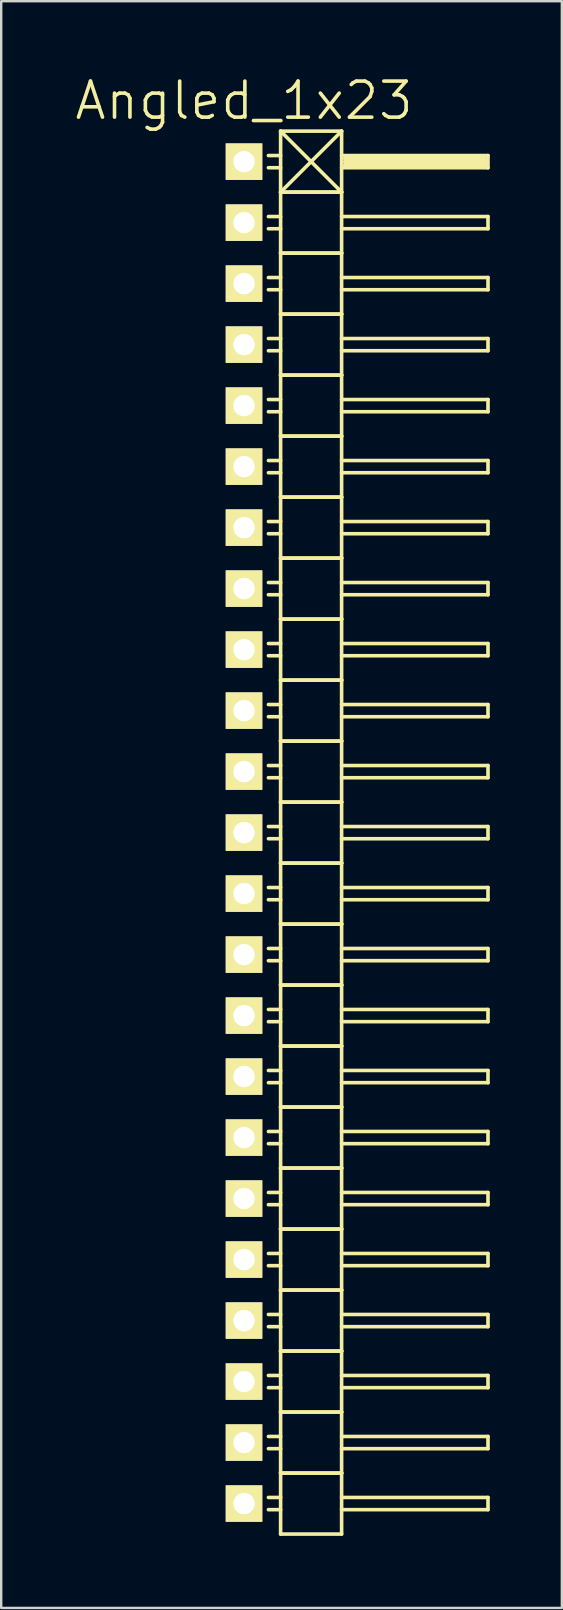
<source format=kicad_pcb>
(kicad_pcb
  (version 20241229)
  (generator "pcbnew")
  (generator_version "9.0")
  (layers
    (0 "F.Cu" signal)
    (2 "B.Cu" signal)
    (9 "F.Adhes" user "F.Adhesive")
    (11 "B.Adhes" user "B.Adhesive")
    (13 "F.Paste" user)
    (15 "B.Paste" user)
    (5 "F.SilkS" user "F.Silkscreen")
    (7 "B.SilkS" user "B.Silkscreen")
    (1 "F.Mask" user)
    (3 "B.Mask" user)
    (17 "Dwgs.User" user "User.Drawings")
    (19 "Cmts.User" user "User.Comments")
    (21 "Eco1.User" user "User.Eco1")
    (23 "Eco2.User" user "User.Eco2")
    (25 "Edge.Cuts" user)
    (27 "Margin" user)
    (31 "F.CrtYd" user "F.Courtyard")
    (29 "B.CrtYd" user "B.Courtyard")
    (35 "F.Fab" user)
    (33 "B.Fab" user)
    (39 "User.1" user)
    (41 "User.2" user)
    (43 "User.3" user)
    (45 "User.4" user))
  (footprint "Angled_1x23"
    (layer "F.Cu")
    (at 7.111 31.621)
    (property "Reference" "Angled_1x23" (at 0 -30.48 0) (layer "F.SilkS") (effects (font (size 1.5 1.5) (thickness 0.15))))
    (attr through_hole)
    (fp_line (start 1.524 -29.21) (end 1.524 -26.67) (stroke (width 0.15) (type solid)) (layer "F.SilkS"))
    (fp_line (start 1.524 -29.21) (end 4.064 -29.21) (stroke (width 0.15) (type solid)) (layer "F.SilkS"))
    (fp_line (start 1.524 -28.194) (end 1.016 -28.194) (stroke (width 0.15) (type solid)) (layer "F.SilkS"))
    (fp_line (start 1.524 -27.686) (end 1.016 -27.686) (stroke (width 0.15) (type solid)) (layer "F.SilkS"))
    (fp_line (start 1.524 -26.67) (end 1.524 -24.13) (stroke (width 0.15) (type solid)) (layer "F.SilkS"))
    (fp_line (start 1.524 -26.67) (end 4.064 -26.67) (stroke (width 0.15) (type solid)) (layer "F.SilkS"))
    (fp_line (start 1.524 -26.67) (end 4.064 -26.67) (stroke (width 0.15) (type solid)) (layer "F.SilkS"))
    (fp_line (start 1.524 -25.654) (end 1.016 -25.654) (stroke (width 0.15) (type solid)) (layer "F.SilkS"))
    (fp_line (start 1.524 -25.146) (end 1.016 -25.146) (stroke (width 0.15) (type solid)) (layer "F.SilkS"))
    (fp_line (start 1.524 -24.13) (end 1.524 -21.59) (stroke (width 0.15) (type solid)) (layer "F.SilkS"))
    (fp_line (start 1.524 -24.13) (end 4.064 -24.13) (stroke (width 0.15) (type solid)) (layer "F.SilkS"))
    (fp_line (start 1.524 -24.13) (end 4.064 -24.13) (stroke (width 0.15) (type solid)) (layer "F.SilkS"))
    (fp_line (start 1.524 -23.114) (end 1.016 -23.114) (stroke (width 0.15) (type solid)) (layer "F.SilkS"))
    (fp_line (start 1.524 -22.606) (end 1.016 -22.606) (stroke (width 0.15) (type solid)) (layer "F.SilkS"))
    (fp_line (start 1.524 -21.59) (end 1.524 -19.05) (stroke (width 0.15) (type solid)) (layer "F.SilkS"))
    (fp_line (start 1.524 -21.59) (end 4.064 -21.59) (stroke (width 0.15) (type solid)) (layer "F.SilkS"))
    (fp_line (start 1.524 -21.59) (end 4.064 -21.59) (stroke (width 0.15) (type solid)) (layer "F.SilkS"))
    (fp_line (start 1.524 -20.574) (end 1.016 -20.574) (stroke (width 0.15) (type solid)) (layer "F.SilkS"))
    (fp_line (start 1.524 -20.066) (end 1.016 -20.066) (stroke (width 0.15) (type solid)) (layer "F.SilkS"))
    (fp_line (start 1.524 -19.05) (end 1.524 -16.51) (stroke (width 0.15) (type solid)) (layer "F.SilkS"))
    (fp_line (start 1.524 -19.05) (end 4.064 -19.05) (stroke (width 0.15) (type solid)) (layer "F.SilkS"))
    (fp_line (start 1.524 -19.05) (end 4.064 -19.05) (stroke (width 0.15) (type solid)) (layer "F.SilkS"))
    (fp_line (start 1.524 -18.034) (end 1.016 -18.034) (stroke (width 0.15) (type solid)) (layer "F.SilkS"))
    (fp_line (start 1.524 -17.526) (end 1.016 -17.526) (stroke (width 0.15) (type solid)) (layer "F.SilkS"))
    (fp_line (start 1.524 -16.51) (end 1.524 -13.97) (stroke (width 0.15) (type solid)) (layer "F.SilkS"))
    (fp_line (start 1.524 -16.51) (end 4.064 -16.51) (stroke (width 0.15) (type solid)) (layer "F.SilkS"))
    (fp_line (start 1.524 -16.51) (end 4.064 -16.51) (stroke (width 0.15) (type solid)) (layer "F.SilkS"))
    (fp_line (start 1.524 -15.494) (end 1.016 -15.494) (stroke (width 0.15) (type solid)) (layer "F.SilkS"))
    (fp_line (start 1.524 -14.986) (end 1.016 -14.986) (stroke (width 0.15) (type solid)) (layer "F.SilkS"))
    (fp_line (start 1.524 -13.97) (end 1.524 -11.43) (stroke (width 0.15) (type solid)) (layer "F.SilkS"))
    (fp_line (start 1.524 -13.97) (end 4.064 -13.97) (stroke (width 0.15) (type solid)) (layer "F.SilkS"))
    (fp_line (start 1.524 -13.97) (end 4.064 -13.97) (stroke (width 0.15) (type solid)) (layer "F.SilkS"))
    (fp_line (start 1.524 -12.954) (end 1.016 -12.954) (stroke (width 0.15) (type solid)) (layer "F.SilkS"))
    (fp_line (start 1.524 -12.446) (end 1.016 -12.446) (stroke (width 0.15) (type solid)) (layer "F.SilkS"))
    (fp_line (start 1.524 -11.43) (end 1.524 -8.89) (stroke (width 0.15) (type solid)) (layer "F.SilkS"))
    (fp_line (start 1.524 -11.43) (end 4.064 -11.43) (stroke (width 0.15) (type solid)) (layer "F.SilkS"))
    (fp_line (start 1.524 -11.43) (end 4.064 -11.43) (stroke (width 0.15) (type solid)) (layer "F.SilkS"))
    (fp_line (start 1.524 -10.414) (end 1.016 -10.414) (stroke (width 0.15) (type solid)) (layer "F.SilkS"))
    (fp_line (start 1.524 -9.906) (end 1.016 -9.906) (stroke (width 0.15) (type solid)) (layer "F.SilkS"))
    (fp_line (start 1.524 -8.89) (end 1.524 -6.35) (stroke (width 0.15) (type solid)) (layer "F.SilkS"))
    (fp_line (start 1.524 -8.89) (end 4.064 -8.89) (stroke (width 0.15) (type solid)) (layer "F.SilkS"))
    (fp_line (start 1.524 -8.89) (end 4.064 -8.89) (stroke (width 0.15) (type solid)) (layer "F.SilkS"))
    (fp_line (start 1.524 -7.874) (end 1.016 -7.874) (stroke (width 0.15) (type solid)) (layer "F.SilkS"))
    (fp_line (start 1.524 -7.366) (end 1.016 -7.366) (stroke (width 0.15) (type solid)) (layer "F.SilkS"))
    (fp_line (start 1.524 -6.35) (end 1.524 -3.81) (stroke (width 0.15) (type solid)) (layer "F.SilkS"))
    (fp_line (start 1.524 -6.35) (end 4.064 -6.35) (stroke (width 0.15) (type solid)) (layer "F.SilkS"))
    (fp_line (start 1.524 -6.35) (end 4.064 -6.35) (stroke (width 0.15) (type solid)) (layer "F.SilkS"))
    (fp_line (start 1.524 -5.334) (end 1.016 -5.334) (stroke (width 0.15) (type solid)) (layer "F.SilkS"))
    (fp_line (start 1.524 -4.826) (end 1.016 -4.826) (stroke (width 0.15) (type solid)) (layer "F.SilkS"))
    (fp_line (start 1.524 -3.81) (end 1.524 -1.27) (stroke (width 0.15) (type solid)) (layer "F.SilkS"))
    (fp_line (start 1.524 -3.81) (end 4.064 -3.81) (stroke (width 0.15) (type solid)) (layer "F.SilkS"))
    (fp_line (start 1.524 -3.81) (end 4.064 -3.81) (stroke (width 0.15) (type solid)) (layer "F.SilkS"))
    (fp_line (start 1.524 -2.794) (end 1.016 -2.794) (stroke (width 0.15) (type solid)) (layer "F.SilkS"))
    (fp_line (start 1.524 -2.286) (end 1.016 -2.286) (stroke (width 0.15) (type solid)) (layer "F.SilkS"))
    (fp_line (start 1.524 -1.27) (end 1.524 1.27) (stroke (width 0.15) (type solid)) (layer "F.SilkS"))
    (fp_line (start 1.524 -1.27) (end 4.064 -1.27) (stroke (width 0.15) (type solid)) (layer "F.SilkS"))
    (fp_line (start 1.524 -1.27) (end 4.064 -1.27) (stroke (width 0.15) (type solid)) (layer "F.SilkS"))
    (fp_line (start 1.524 -0.254) (end 1.016 -0.254) (stroke (width 0.15) (type solid)) (layer "F.SilkS"))
    (fp_line (start 1.524 0.254) (end 1.016 0.254) (stroke (width 0.15) (type solid)) (layer "F.SilkS"))
    (fp_line (start 1.524 1.27) (end 1.524 3.81) (stroke (width 0.15) (type solid)) (layer "F.SilkS"))
    (fp_line (start 1.524 1.27) (end 4.064 1.27) (stroke (width 0.15) (type solid)) (layer "F.SilkS"))
    (fp_line (start 1.524 1.27) (end 4.064 1.27) (stroke (width 0.15) (type solid)) (layer "F.SilkS"))
    (fp_line (start 1.524 2.286) (end 1.016 2.286) (stroke (width 0.15) (type solid)) (layer "F.SilkS"))
    (fp_line (start 1.524 2.794) (end 1.016 2.794) (stroke (width 0.15) (type solid)) (layer "F.SilkS"))
    (fp_line (start 1.524 3.81) (end 1.524 6.35) (stroke (width 0.15) (type solid)) (layer "F.SilkS"))
    (fp_line (start 1.524 3.81) (end 4.064 3.81) (stroke (width 0.15) (type solid)) (layer "F.SilkS"))
    (fp_line (start 1.524 3.81) (end 4.064 3.81) (stroke (width 0.15) (type solid)) (layer "F.SilkS"))
    (fp_line (start 1.524 4.826) (end 1.016 4.826) (stroke (width 0.15) (type solid)) (layer "F.SilkS"))
    (fp_line (start 1.524 5.334) (end 1.016 5.334) (stroke (width 0.15) (type solid)) (layer "F.SilkS"))
    (fp_line (start 1.524 6.35) (end 1.524 8.89) (stroke (width 0.15) (type solid)) (layer "F.SilkS"))
    (fp_line (start 1.524 6.35) (end 4.064 6.35) (stroke (width 0.15) (type solid)) (layer "F.SilkS"))
    (fp_line (start 1.524 6.35) (end 4.064 6.35) (stroke (width 0.15) (type solid)) (layer "F.SilkS"))
    (fp_line (start 1.524 7.366) (end 1.016 7.366) (stroke (width 0.15) (type solid)) (layer "F.SilkS"))
    (fp_line (start 1.524 7.874) (end 1.016 7.874) (stroke (width 0.15) (type solid)) (layer "F.SilkS"))
    (fp_line (start 1.524 8.89) (end 1.524 11.43) (stroke (width 0.15) (type solid)) (layer "F.SilkS"))
    (fp_line (start 1.524 8.89) (end 4.064 8.89) (stroke (width 0.15) (type solid)) (layer "F.SilkS"))
    (fp_line (start 1.524 8.89) (end 4.064 8.89) (stroke (width 0.15) (type solid)) (layer "F.SilkS"))
    (fp_line (start 1.524 9.906) (end 1.016 9.906) (stroke (width 0.15) (type solid)) (layer "F.SilkS"))
    (fp_line (start 1.524 10.414) (end 1.016 10.414) (stroke (width 0.15) (type solid)) (layer "F.SilkS"))
    (fp_line (start 1.524 11.43) (end 1.524 13.97) (stroke (width 0.15) (type solid)) (layer "F.SilkS"))
    (fp_line (start 1.524 11.43) (end 4.064 11.43) (stroke (width 0.15) (type solid)) (layer "F.SilkS"))
    (fp_line (start 1.524 11.43) (end 4.064 11.43) (stroke (width 0.15) (type solid)) (layer "F.SilkS"))
    (fp_line (start 1.524 12.446) (end 1.016 12.446) (stroke (width 0.15) (type solid)) (layer "F.SilkS"))
    (fp_line (start 1.524 12.954) (end 1.016 12.954) (stroke (width 0.15) (type solid)) (layer "F.SilkS"))
    (fp_line (start 1.524 13.97) (end 1.524 16.51) (stroke (width 0.15) (type solid)) (layer "F.SilkS"))
    (fp_line (start 1.524 13.97) (end 4.064 13.97) (stroke (width 0.15) (type solid)) (layer "F.SilkS"))
    (fp_line (start 1.524 13.97) (end 4.064 13.97) (stroke (width 0.15) (type solid)) (layer "F.SilkS"))
    (fp_line (start 1.524 14.986) (end 1.016 14.986) (stroke (width 0.15) (type solid)) (layer "F.SilkS"))
    (fp_line (start 1.524 15.494) (end 1.016 15.494) (stroke (width 0.15) (type solid)) (layer "F.SilkS"))
    (fp_line (start 1.524 16.51) (end 1.524 19.05) (stroke (width 0.15) (type solid)) (layer "F.SilkS"))
    (fp_line (start 1.524 16.51) (end 4.064 16.51) (stroke (width 0.15) (type solid)) (layer "F.SilkS"))
    (fp_line (start 1.524 16.51) (end 4.064 16.51) (stroke (width 0.15) (type solid)) (layer "F.SilkS"))
    (fp_line (start 1.524 17.526) (end 1.016 17.526) (stroke (width 0.15) (type solid)) (layer "F.SilkS"))
    (fp_line (start 1.524 18.034) (end 1.016 18.034) (stroke (width 0.15) (type solid)) (layer "F.SilkS"))
    (fp_line (start 1.524 19.05) (end 1.524 21.59) (stroke (width 0.15) (type solid)) (layer "F.SilkS"))
    (fp_line (start 1.524 19.05) (end 4.064 19.05) (stroke (width 0.15) (type solid)) (layer "F.SilkS"))
    (fp_line (start 1.524 19.05) (end 4.064 19.05) (stroke (width 0.15) (type solid)) (layer "F.SilkS"))
    (fp_line (start 1.524 20.066) (end 1.016 20.066) (stroke (width 0.15) (type solid)) (layer "F.SilkS"))
    (fp_line (start 1.524 20.574) (end 1.016 20.574) (stroke (width 0.15) (type solid)) (layer "F.SilkS"))
    (fp_line (start 1.524 21.59) (end 1.524 24.13) (stroke (width 0.15) (type solid)) (layer "F.SilkS"))
    (fp_line (start 1.524 21.59) (end 4.064 21.59) (stroke (width 0.15) (type solid)) (layer "F.SilkS"))
    (fp_line (start 1.524 21.59) (end 4.064 21.59) (stroke (width 0.15) (type solid)) (layer "F.SilkS"))
    (fp_line (start 1.524 22.606) (end 1.016 22.606) (stroke (width 0.15) (type solid)) (layer "F.SilkS"))
    (fp_line (start 1.524 23.114) (end 1.016 23.114) (stroke (width 0.15) (type solid)) (layer "F.SilkS"))
    (fp_line (start 1.524 24.13) (end 1.524 26.67) (stroke (width 0.15) (type solid)) (layer "F.SilkS"))
    (fp_line (start 1.524 24.13) (end 4.064 24.13) (stroke (width 0.15) (type solid)) (layer "F.SilkS"))
    (fp_line (start 1.524 24.13) (end 4.064 24.13) (stroke (width 0.15) (type solid)) (layer "F.SilkS"))
    (fp_line (start 1.524 25.146) (end 1.016 25.146) (stroke (width 0.15) (type solid)) (layer "F.SilkS"))
    (fp_line (start 1.524 25.654) (end 1.016 25.654) (stroke (width 0.15) (type solid)) (layer "F.SilkS"))
    (fp_line (start 1.524 26.67) (end 1.524 29.21) (stroke (width 0.15) (type solid)) (layer "F.SilkS"))
    (fp_line (start 1.524 26.67) (end 4.064 26.67) (stroke (width 0.15) (type solid)) (layer "F.SilkS"))
    (fp_line (start 1.524 26.67) (end 4.064 26.67) (stroke (width 0.15) (type solid)) (layer "F.SilkS"))
    (fp_line (start 1.524 27.686) (end 1.016 27.686) (stroke (width 0.15) (type solid)) (layer "F.SilkS"))
    (fp_line (start 1.524 28.194) (end 1.016 28.194) (stroke (width 0.15) (type solid)) (layer "F.SilkS"))
    (fp_line (start 1.524 29.21) (end 4.064 29.21) (stroke (width 0.15) (type solid)) (layer "F.SilkS"))
    (fp_line (start 4.064 -29.21) (end 1.524 -26.67) (stroke (width 0.15) (type solid)) (layer "F.SilkS"))
    (fp_line (start 4.064 -28.194) (end 10.16 -28.194) (stroke (width 0.15) (type solid)) (layer "F.SilkS"))
    (fp_line (start 4.064 -26.67) (end 1.524 -29.21) (stroke (width 0.15) (type solid)) (layer "F.SilkS"))
    (fp_line (start 4.064 -26.67) (end 4.064 -29.21) (stroke (width 0.15) (type solid)) (layer "F.SilkS"))
    (fp_line (start 4.064 -25.654) (end 10.16 -25.654) (stroke (width 0.15) (type solid)) (layer "F.SilkS"))
    (fp_line (start 4.064 -24.13) (end 4.064 -26.67) (stroke (width 0.15) (type solid)) (layer "F.SilkS"))
    (fp_line (start 4.064 -23.114) (end 10.16 -23.114) (stroke (width 0.15) (type solid)) (layer "F.SilkS"))
    (fp_line (start 4.064 -21.59) (end 4.064 -24.13) (stroke (width 0.15) (type solid)) (layer "F.SilkS"))
    (fp_line (start 4.064 -20.574) (end 10.16 -20.574) (stroke (width 0.15) (type solid)) (layer "F.SilkS"))
    (fp_line (start 4.064 -19.05) (end 4.064 -21.59) (stroke (width 0.15) (type solid)) (layer "F.SilkS"))
    (fp_line (start 4.064 -18.034) (end 10.16 -18.034) (stroke (width 0.15) (type solid)) (layer "F.SilkS"))
    (fp_line (start 4.064 -16.51) (end 4.064 -19.05) (stroke (width 0.15) (type solid)) (layer "F.SilkS"))
    (fp_line (start 4.064 -15.494) (end 10.16 -15.494) (stroke (width 0.15) (type solid)) (layer "F.SilkS"))
    (fp_line (start 4.064 -13.97) (end 4.064 -16.51) (stroke (width 0.15) (type solid)) (layer "F.SilkS"))
    (fp_line (start 4.064 -12.954) (end 10.16 -12.954) (stroke (width 0.15) (type solid)) (layer "F.SilkS"))
    (fp_line (start 4.064 -11.43) (end 4.064 -13.97) (stroke (width 0.15) (type solid)) (layer "F.SilkS"))
    (fp_line (start 4.064 -10.414) (end 10.16 -10.414) (stroke (width 0.15) (type solid)) (layer "F.SilkS"))
    (fp_line (start 4.064 -8.89) (end 4.064 -11.43) (stroke (width 0.15) (type solid)) (layer "F.SilkS"))
    (fp_line (start 4.064 -7.874) (end 10.16 -7.874) (stroke (width 0.15) (type solid)) (layer "F.SilkS"))
    (fp_line (start 4.064 -6.35) (end 4.064 -8.89) (stroke (width 0.15) (type solid)) (layer "F.SilkS"))
    (fp_line (start 4.064 -5.334) (end 10.16 -5.334) (stroke (width 0.15) (type solid)) (layer "F.SilkS"))
    (fp_line (start 4.064 -3.81) (end 4.064 -6.35) (stroke (width 0.15) (type solid)) (layer "F.SilkS"))
    (fp_line (start 4.064 -2.794) (end 10.16 -2.794) (stroke (width 0.15) (type solid)) (layer "F.SilkS"))
    (fp_line (start 4.064 -1.27) (end 4.064 -3.81) (stroke (width 0.15) (type solid)) (layer "F.SilkS"))
    (fp_line (start 4.064 -0.254) (end 10.16 -0.254) (stroke (width 0.15) (type solid)) (layer "F.SilkS"))
    (fp_line (start 4.064 1.27) (end 4.064 -1.27) (stroke (width 0.15) (type solid)) (layer "F.SilkS"))
    (fp_line (start 4.064 2.286) (end 10.16 2.286) (stroke (width 0.15) (type solid)) (layer "F.SilkS"))
    (fp_line (start 4.064 3.81) (end 4.064 1.27) (stroke (width 0.15) (type solid)) (layer "F.SilkS"))
    (fp_line (start 4.064 4.826) (end 10.16 4.826) (stroke (width 0.15) (type solid)) (layer "F.SilkS"))
    (fp_line (start 4.064 6.35) (end 4.064 3.81) (stroke (width 0.15) (type solid)) (layer "F.SilkS"))
    (fp_line (start 4.064 7.366) (end 10.16 7.366) (stroke (width 0.15) (type solid)) (layer "F.SilkS"))
    (fp_line (start 4.064 8.89) (end 4.064 6.35) (stroke (width 0.15) (type solid)) (layer "F.SilkS"))
    (fp_line (start 4.064 9.906) (end 10.16 9.906) (stroke (width 0.15) (type solid)) (layer "F.SilkS"))
    (fp_line (start 4.064 11.43) (end 4.064 8.89) (stroke (width 0.15) (type solid)) (layer "F.SilkS"))
    (fp_line (start 4.064 12.446) (end 10.16 12.446) (stroke (width 0.15) (type solid)) (layer "F.SilkS"))
    (fp_line (start 4.064 13.97) (end 4.064 11.43) (stroke (width 0.15) (type solid)) (layer "F.SilkS"))
    (fp_line (start 4.064 14.986) (end 10.16 14.986) (stroke (width 0.15) (type solid)) (layer "F.SilkS"))
    (fp_line (start 4.064 16.51) (end 4.064 13.97) (stroke (width 0.15) (type solid)) (layer "F.SilkS"))
    (fp_line (start 4.064 17.526) (end 10.16 17.526) (stroke (width 0.15) (type solid)) (layer "F.SilkS"))
    (fp_line (start 4.064 19.05) (end 4.064 16.51) (stroke (width 0.15) (type solid)) (layer "F.SilkS"))
    (fp_line (start 4.064 20.066) (end 10.16 20.066) (stroke (width 0.15) (type solid)) (layer "F.SilkS"))
    (fp_line (start 4.064 21.59) (end 4.064 19.05) (stroke (width 0.15) (type solid)) (layer "F.SilkS"))
    (fp_line (start 4.064 22.606) (end 10.16 22.606) (stroke (width 0.15) (type solid)) (layer "F.SilkS"))
    (fp_line (start 4.064 24.13) (end 4.064 21.59) (stroke (width 0.15) (type solid)) (layer "F.SilkS"))
    (fp_line (start 4.064 25.146) (end 10.16 25.146) (stroke (width 0.15) (type solid)) (layer "F.SilkS"))
    (fp_line (start 4.064 26.67) (end 4.064 24.13) (stroke (width 0.15) (type solid)) (layer "F.SilkS"))
    (fp_line (start 4.064 27.686) (end 10.16 27.686) (stroke (width 0.15) (type solid)) (layer "F.SilkS"))
    (fp_line (start 4.064 29.21) (end 4.064 26.67) (stroke (width 0.15) (type solid)) (layer "F.SilkS"))
    (fp_line (start 4.191 -28.067) (end 10.033 -28.067) (stroke (width 0.15) (type solid)) (layer "F.SilkS"))
    (fp_line (start 4.191 -27.94) (end 10.033 -27.94) (stroke (width 0.15) (type solid)) (layer "F.SilkS"))
    (fp_line (start 10.033 -28.067) (end 10.033 -27.813) (stroke (width 0.15) (type solid)) (layer "F.SilkS"))
    (fp_line (start 10.033 -27.813) (end 4.191 -27.813) (stroke (width 0.15) (type solid)) (layer "F.SilkS"))
    (fp_line (start 10.16 -28.194) (end 10.16 -27.686) (stroke (width 0.15) (type solid)) (layer "F.SilkS"))
    (fp_line (start 10.16 -27.686) (end 4.064 -27.686) (stroke (width 0.15) (type solid)) (layer "F.SilkS"))
    (fp_line (start 10.16 -25.654) (end 10.16 -25.146) (stroke (width 0.15) (type solid)) (layer "F.SilkS"))
    (fp_line (start 10.16 -25.146) (end 4.064 -25.146) (stroke (width 0.15) (type solid)) (layer "F.SilkS"))
    (fp_line (start 10.16 -23.114) (end 10.16 -22.606) (stroke (width 0.15) (type solid)) (layer "F.SilkS"))
    (fp_line (start 10.16 -22.606) (end 4.064 -22.606) (stroke (width 0.15) (type solid)) (layer "F.SilkS"))
    (fp_line (start 10.16 -20.574) (end 10.16 -20.066) (stroke (width 0.15) (type solid)) (layer "F.SilkS"))
    (fp_line (start 10.16 -20.066) (end 4.064 -20.066) (stroke (width 0.15) (type solid)) (layer "F.SilkS"))
    (fp_line (start 10.16 -18.034) (end 10.16 -17.526) (stroke (width 0.15) (type solid)) (layer "F.SilkS"))
    (fp_line (start 10.16 -17.526) (end 4.064 -17.526) (stroke (width 0.15) (type solid)) (layer "F.SilkS"))
    (fp_line (start 10.16 -15.494) (end 10.16 -14.986) (stroke (width 0.15) (type solid)) (layer "F.SilkS"))
    (fp_line (start 10.16 -14.986) (end 4.064 -14.986) (stroke (width 0.15) (type solid)) (layer "F.SilkS"))
    (fp_line (start 10.16 -12.954) (end 10.16 -12.446) (stroke (width 0.15) (type solid)) (layer "F.SilkS"))
    (fp_line (start 10.16 -12.446) (end 4.064 -12.446) (stroke (width 0.15) (type solid)) (layer "F.SilkS"))
    (fp_line (start 10.16 -10.414) (end 10.16 -9.906) (stroke (width 0.15) (type solid)) (layer "F.SilkS"))
    (fp_line (start 10.16 -9.906) (end 4.064 -9.906) (stroke (width 0.15) (type solid)) (layer "F.SilkS"))
    (fp_line (start 10.16 -7.874) (end 10.16 -7.366) (stroke (width 0.15) (type solid)) (layer "F.SilkS"))
    (fp_line (start 10.16 -7.366) (end 4.064 -7.366) (stroke (width 0.15) (type solid)) (layer "F.SilkS"))
    (fp_line (start 10.16 -5.334) (end 10.16 -4.826) (stroke (width 0.15) (type solid)) (layer "F.SilkS"))
    (fp_line (start 10.16 -4.826) (end 4.064 -4.826) (stroke (width 0.15) (type solid)) (layer "F.SilkS"))
    (fp_line (start 10.16 -2.794) (end 10.16 -2.286) (stroke (width 0.15) (type solid)) (layer "F.SilkS"))
    (fp_line (start 10.16 -2.286) (end 4.064 -2.286) (stroke (width 0.15) (type solid)) (layer "F.SilkS"))
    (fp_line (start 10.16 -0.254) (end 10.16 0.254) (stroke (width 0.15) (type solid)) (layer "F.SilkS"))
    (fp_line (start 10.16 0.254) (end 4.064 0.254) (stroke (width 0.15) (type solid)) (layer "F.SilkS"))
    (fp_line (start 10.16 2.286) (end 10.16 2.794) (stroke (width 0.15) (type solid)) (layer "F.SilkS"))
    (fp_line (start 10.16 2.794) (end 4.064 2.794) (stroke (width 0.15) (type solid)) (layer "F.SilkS"))
    (fp_line (start 10.16 4.826) (end 10.16 5.334) (stroke (width 0.15) (type solid)) (layer "F.SilkS"))
    (fp_line (start 10.16 5.334) (end 4.064 5.334) (stroke (width 0.15) (type solid)) (layer "F.SilkS"))
    (fp_line (start 10.16 7.366) (end 10.16 7.874) (stroke (width 0.15) (type solid)) (layer "F.SilkS"))
    (fp_line (start 10.16 7.874) (end 4.064 7.874) (stroke (width 0.15) (type solid)) (layer "F.SilkS"))
    (fp_line (start 10.16 9.906) (end 10.16 10.414) (stroke (width 0.15) (type solid)) (layer "F.SilkS"))
    (fp_line (start 10.16 10.414) (end 4.064 10.414) (stroke (width 0.15) (type solid)) (layer "F.SilkS"))
    (fp_line (start 10.16 12.446) (end 10.16 12.954) (stroke (width 0.15) (type solid)) (layer "F.SilkS"))
    (fp_line (start 10.16 12.954) (end 4.064 12.954) (stroke (width 0.15) (type solid)) (layer "F.SilkS"))
    (fp_line (start 10.16 14.986) (end 10.16 15.494) (stroke (width 0.15) (type solid)) (layer "F.SilkS"))
    (fp_line (start 10.16 15.494) (end 4.064 15.494) (stroke (width 0.15) (type solid)) (layer "F.SilkS"))
    (fp_line (start 10.16 17.526) (end 10.16 18.034) (stroke (width 0.15) (type solid)) (layer "F.SilkS"))
    (fp_line (start 10.16 18.034) (end 4.064 18.034) (stroke (width 0.15) (type solid)) (layer "F.SilkS"))
    (fp_line (start 10.16 20.066) (end 10.16 20.574) (stroke (width 0.15) (type solid)) (layer "F.SilkS"))
    (fp_line (start 10.16 20.574) (end 4.064 20.574) (stroke (width 0.15) (type solid)) (layer "F.SilkS"))
    (fp_line (start 10.16 22.606) (end 10.16 23.114) (stroke (width 0.15) (type solid)) (layer "F.SilkS"))
    (fp_line (start 10.16 23.114) (end 4.064 23.114) (stroke (width 0.15) (type solid)) (layer "F.SilkS"))
    (fp_line (start 10.16 25.146) (end 10.16 25.654) (stroke (width 0.15) (type solid)) (layer "F.SilkS"))
    (fp_line (start 10.16 25.654) (end 4.064 25.654) (stroke (width 0.15) (type solid)) (layer "F.SilkS"))
    (fp_line (start 10.16 27.686) (end 10.16 28.194) (stroke (width 0.15) (type solid)) (layer "F.SilkS"))
    (fp_line (start 10.16 28.194) (end 4.064 28.194) (stroke (width 0.15) (type solid)) (layer "F.SilkS"))
    (pad "1" thru_hole rect (at 0 -27.94) (size 1.524 1.524) (drill 0.889) (layers "*.Cu" "*.Mask" "F.SilkS"))
    (pad "2" thru_hole rect (at 0 -25.4) (size 1.524 1.524) (drill 0.889) (layers "*.Cu" "*.Mask" "F.SilkS"))
    (pad "3" thru_hole rect (at 0 -22.86) (size 1.524 1.524) (drill 0.889) (layers "*.Cu" "*.Mask" "F.SilkS"))
    (pad "4" thru_hole rect (at 0 -20.32) (size 1.524 1.524) (drill 0.889) (layers "*.Cu" "*.Mask" "F.SilkS"))
    (pad "5" thru_hole rect (at 0 -17.78) (size 1.524 1.524) (drill 0.889) (layers "*.Cu" "*.Mask" "F.SilkS"))
    (pad "6" thru_hole rect (at 0 -15.24) (size 1.524 1.524) (drill 0.889) (layers "*.Cu" "*.Mask" "F.SilkS"))
    (pad "7" thru_hole rect (at 0 -12.7) (size 1.524 1.524) (drill 0.889) (layers "*.Cu" "*.Mask" "F.SilkS"))
    (pad "8" thru_hole rect (at 0 -10.16) (size 1.524 1.524) (drill 0.889) (layers "*.Cu" "*.Mask" "F.SilkS"))
    (pad "9" thru_hole rect (at 0 -7.62) (size 1.524 1.524) (drill 0.889) (layers "*.Cu" "*.Mask" "F.SilkS"))
    (pad "10" thru_hole rect (at 0 -5.08) (size 1.524 1.524) (drill 0.889) (layers "*.Cu" "*.Mask" "F.SilkS"))
    (pad "11" thru_hole rect (at 0 -2.54) (size 1.524 1.524) (drill 0.889) (layers "*.Cu" "*.Mask" "F.SilkS"))
    (pad "12" thru_hole rect (at 0 0) (size 1.524 1.524) (drill 0.889) (layers "*.Cu" "*.Mask" "F.SilkS"))
    (pad "13" thru_hole rect (at 0 2.54) (size 1.524 1.524) (drill 0.889) (layers "*.Cu" "*.Mask" "F.SilkS"))
    (pad "14" thru_hole rect (at 0 5.08) (size 1.524 1.524) (drill 0.889) (layers "*.Cu" "*.Mask" "F.SilkS"))
    (pad "15" thru_hole rect (at 0 7.62) (size 1.524 1.524) (drill 0.889) (layers "*.Cu" "*.Mask" "F.SilkS"))
    (pad "16" thru_hole rect (at 0 10.16) (size 1.524 1.524) (drill 0.889) (layers "*.Cu" "*.Mask" "F.SilkS"))
    (pad "17" thru_hole rect (at 0 12.7) (size 1.524 1.524) (drill 0.889) (layers "*.Cu" "*.Mask" "F.SilkS"))
    (pad "18" thru_hole rect (at 0 15.24) (size 1.524 1.524) (drill 0.889) (layers "*.Cu" "*.Mask" "F.SilkS"))
    (pad "19" thru_hole rect (at 0 17.78) (size 1.524 1.524) (drill 0.889) (layers "*.Cu" "*.Mask" "F.SilkS"))
    (pad "20" thru_hole rect (at 0 20.32) (size 1.524 1.524) (drill 0.889) (layers "*.Cu" "*.Mask" "F.SilkS"))
    (pad "21" thru_hole rect (at 0 22.86) (size 1.524 1.524) (drill 0.889) (layers "*.Cu" "*.Mask" "F.SilkS"))
    (pad "22" thru_hole rect (at 0 25.4) (size 1.524 1.524) (drill 0.889) (layers "*.Cu" "*.Mask" "F.SilkS"))
    (pad "23" thru_hole rect (at 0 27.94) (size 1.524 1.524) (drill 0.889) (layers "*.Cu" "*.Mask" "F.SilkS")))
  (gr_rect
    (start -3 -3)
    (end 20.346 63.906)
    (stroke (width 0.1) (type default))
    (fill no)
    (layer "Edge.Cuts")))
</source>
